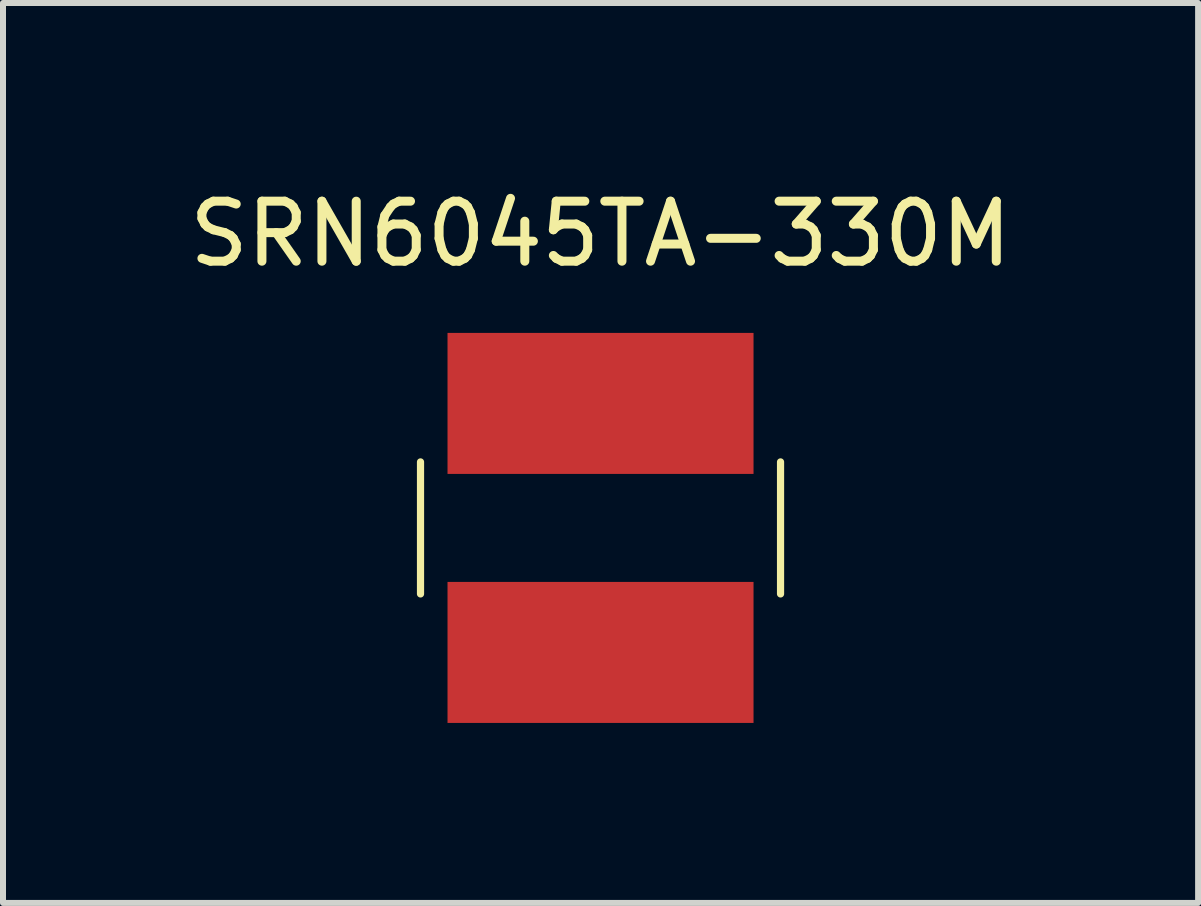
<source format=kicad_pcb>
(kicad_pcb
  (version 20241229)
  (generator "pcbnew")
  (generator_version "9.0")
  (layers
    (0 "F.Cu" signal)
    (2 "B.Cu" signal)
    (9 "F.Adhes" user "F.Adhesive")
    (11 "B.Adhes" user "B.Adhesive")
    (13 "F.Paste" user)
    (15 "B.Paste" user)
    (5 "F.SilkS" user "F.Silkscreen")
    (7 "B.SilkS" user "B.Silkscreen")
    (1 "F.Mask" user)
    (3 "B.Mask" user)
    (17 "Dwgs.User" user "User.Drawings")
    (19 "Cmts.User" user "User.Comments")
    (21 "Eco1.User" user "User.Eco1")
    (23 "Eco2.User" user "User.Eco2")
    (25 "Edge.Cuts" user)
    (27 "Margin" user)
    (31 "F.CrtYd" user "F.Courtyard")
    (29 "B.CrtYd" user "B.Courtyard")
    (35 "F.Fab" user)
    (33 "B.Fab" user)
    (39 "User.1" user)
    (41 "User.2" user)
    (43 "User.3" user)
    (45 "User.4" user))
  (footprint "SRN6045TA-330M"
    (layer "F.Cu")
    (at 6.958 5.748)
    (property "Reference" "SRN6045TA-330M" (at 0 -4.9 180) (layer "F.SilkS") (effects (font (size 1 1) (thickness 0.15))))
    (attr through_hole)
    (fp_line (start -3 1.1) (end -3 -1.1) (stroke (width 0.12) (type solid)) (layer "F.SilkS"))
    (fp_line (start 3 -1.1) (end 3 1.1) (stroke (width 0.12) (type solid)) (layer "F.SilkS"))
    (pad "1" smd rect (at 0 -2.075) (size 5.1 2.35) (layers "F.Cu" "F.Mask" "F.Paste"))
    (pad "2" smd rect (at 0 2.075 180) (size 5.1 2.35) (layers "F.Cu" "F.Mask" "F.Paste")))
  (gr_rect
    (start -3 -3)
    (end 16.917 11.998)
    (stroke (width 0.1) (type default))
    (fill no)
    (layer "Edge.Cuts")))
</source>
